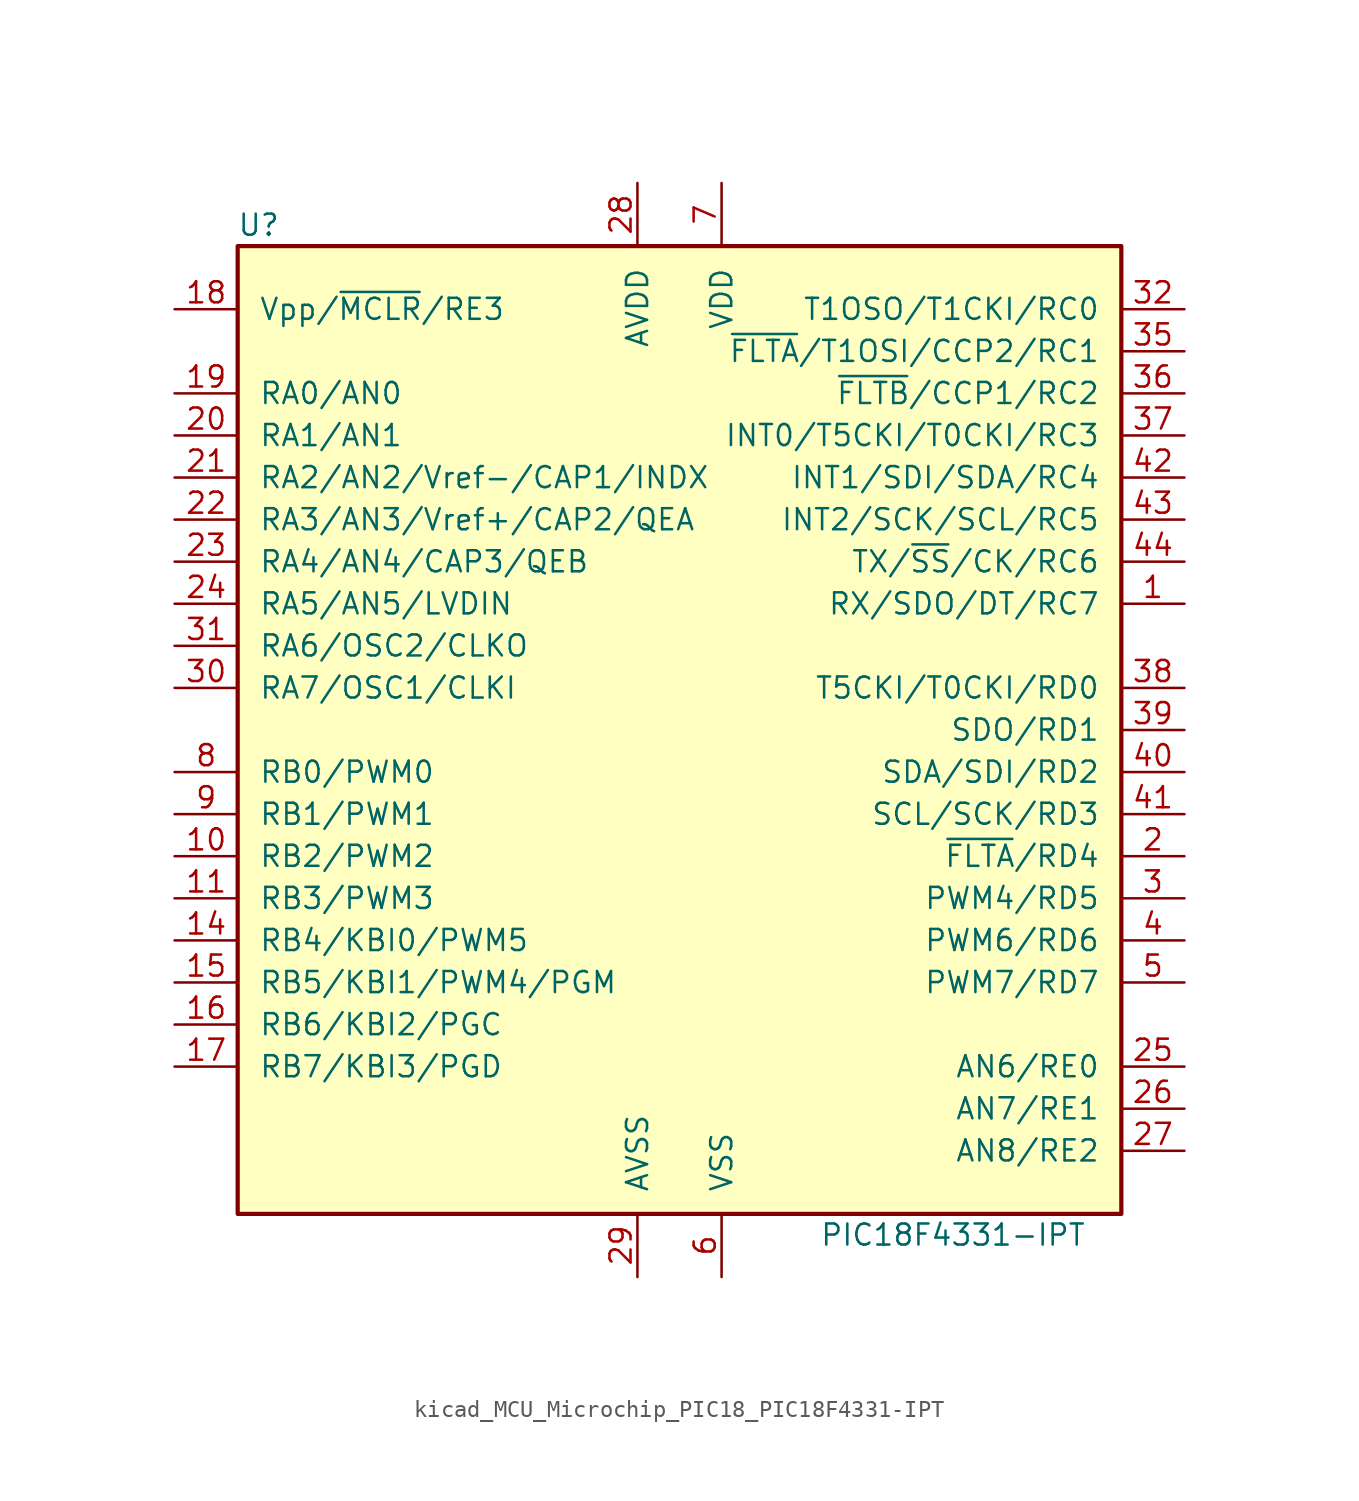
<source format=kicad_sym>
(kicad_symbol_lib
  (version 20220914)
  (generator kicad_symbol_editor)
  (symbol "kicad_MCU_Microchip_PIC18_PIC18F4331-IPT"
    (pin_names
      (offset 1.27))
    (property "Reference" "U"
      (at -25.4 30.48 0)
      (effects (font (size 1.27 1.27))))
    (property "Value" "PIC18F4331-IPT"
      (at 16.51 -30.48 0)
      (effects (font (size 1.27 1.27))))
    (symbol "kicad_MCU_Microchip_PIC18_PIC18F4331-IPT_0_1"
      (rectangle (start -26.67 29.21) (end 26.67 -29.21) (stroke (width 0.254) (type default)) (fill (type background))))
    (symbol "kicad_MCU_Microchip_PIC18_PIC18F4331-IPT_1_1"
      (pin bidirectional line (at 30.48 7.62 180) (length 3.81) (name "RX/SDO/DT/RC7" (effects (font (size 1.27 1.27)))) (number "1" (effects (font (size 1.27 1.27)))))
      (pin bidirectional line (at -30.48 -7.62 0) (length 3.81) (name "RB2/PWM2" (effects (font (size 1.27 1.27)))) (number "10" (effects (font (size 1.27 1.27)))))
      (pin bidirectional line (at -30.48 -10.16 0) (length 3.81) (name "RB3/PWM3" (effects (font (size 1.27 1.27)))) (number "11" (effects (font (size 1.27 1.27)))))
      (pin no_connect line (at -15.24 -29.21 90) (length 3.81) hide (name "NC" (effects (font (size 1.27 1.27)))) (number "12" (effects (font (size 1.27 1.27)))))
      (pin no_connect line (at -12.7 -29.21 90) (length 3.81) hide (name "NC" (effects (font (size 1.27 1.27)))) (number "13" (effects (font (size 1.27 1.27)))))
      (pin bidirectional line (at -30.48 -12.7 0) (length 3.81) (name "RB4/KBI0/PWM5" (effects (font (size 1.27 1.27)))) (number "14" (effects (font (size 1.27 1.27)))))
      (pin bidirectional line (at -30.48 -15.24 0) (length 3.81) (name "RB5/KBI1/PWM4/PGM" (effects (font (size 1.27 1.27)))) (number "15" (effects (font (size 1.27 1.27)))))
      (pin bidirectional line (at -30.48 -17.78 0) (length 3.81) (name "RB6/KBI2/PGC" (effects (font (size 1.27 1.27)))) (number "16" (effects (font (size 1.27 1.27)))))
      (pin bidirectional line (at -30.48 -20.32 0) (length 3.81) (name "RB7/KBI3/PGD" (effects (font (size 1.27 1.27)))) (number "17" (effects (font (size 1.27 1.27)))))
      (pin input line (at -30.48 25.4 0) (length 3.81) (name "Vpp/~{MCLR}/RE3" (effects (font (size 1.27 1.27)))) (number "18" (effects (font (size 1.27 1.27)))))
      (pin bidirectional line (at -30.48 20.32 0) (length 3.81) (name "RA0/AN0" (effects (font (size 1.27 1.27)))) (number "19" (effects (font (size 1.27 1.27)))))
      (pin bidirectional line (at 30.48 -7.62 180) (length 3.81) (name "~{FLTA}/RD4" (effects (font (size 1.27 1.27)))) (number "2" (effects (font (size 1.27 1.27)))))
      (pin bidirectional line (at -30.48 17.78 0) (length 3.81) (name "RA1/AN1" (effects (font (size 1.27 1.27)))) (number "20" (effects (font (size 1.27 1.27)))))
      (pin bidirectional line (at -30.48 15.24 0) (length 3.81) (name "RA2/AN2/Vref-/CAP1/INDX" (effects (font (size 1.27 1.27)))) (number "21" (effects (font (size 1.27 1.27)))))
      (pin bidirectional line (at -30.48 12.7 0) (length 3.81) (name "RA3/AN3/Vref+/CAP2/QEA" (effects (font (size 1.27 1.27)))) (number "22" (effects (font (size 1.27 1.27)))))
      (pin bidirectional line (at -30.48 10.16 0) (length 3.81) (name "RA4/AN4/CAP3/QEB" (effects (font (size 1.27 1.27)))) (number "23" (effects (font (size 1.27 1.27)))))
      (pin bidirectional line (at -30.48 7.62 0) (length 3.81) (name "RA5/AN5/LVDIN" (effects (font (size 1.27 1.27)))) (number "24" (effects (font (size 1.27 1.27)))))
      (pin bidirectional line (at 30.48 -20.32 180) (length 3.81) (name "AN6/RE0" (effects (font (size 1.27 1.27)))) (number "25" (effects (font (size 1.27 1.27)))))
      (pin bidirectional line (at 30.48 -22.86 180) (length 3.81) (name "AN7/RE1" (effects (font (size 1.27 1.27)))) (number "26" (effects (font (size 1.27 1.27)))))
      (pin bidirectional line (at 30.48 -25.4 180) (length 3.81) (name "AN8/RE2" (effects (font (size 1.27 1.27)))) (number "27" (effects (font (size 1.27 1.27)))))
      (pin power_in line (at -2.54 33.02 270) (length 3.81) (name "AVDD" (effects (font (size 1.27 1.27)))) (number "28" (effects (font (size 1.27 1.27)))))
      (pin power_in line (at -2.54 -33.02 90) (length 3.81) (name "AVSS" (effects (font (size 1.27 1.27)))) (number "29" (effects (font (size 1.27 1.27)))))
      (pin bidirectional line (at 30.48 -10.16 180) (length 3.81) (name "PWM4/RD5" (effects (font (size 1.27 1.27)))) (number "3" (effects (font (size 1.27 1.27)))))
      (pin bidirectional line (at -30.48 2.54 0) (length 3.81) (name "RA7/OSC1/CLKI" (effects (font (size 1.27 1.27)))) (number "30" (effects (font (size 1.27 1.27)))))
      (pin bidirectional line (at -30.48 5.08 0) (length 3.81) (name "RA6/OSC2/CLKO" (effects (font (size 1.27 1.27)))) (number "31" (effects (font (size 1.27 1.27)))))
      (pin bidirectional line (at 30.48 25.4 180) (length 3.81) (name "T1OSO/T1CKI/RC0" (effects (font (size 1.27 1.27)))) (number "32" (effects (font (size 1.27 1.27)))))
      (pin no_connect line (at -10.16 -29.21 90) (length 3.81) hide (name "NC" (effects (font (size 1.27 1.27)))) (number "33" (effects (font (size 1.27 1.27)))))
      (pin no_connect line (at -7.62 -29.21 90) (length 3.81) hide (name "NC" (effects (font (size 1.27 1.27)))) (number "34" (effects (font (size 1.27 1.27)))))
      (pin bidirectional line (at 30.48 22.86 180) (length 3.81) (name "~{FLTA}/T1OSI/CCP2/RC1" (effects (font (size 1.27 1.27)))) (number "35" (effects (font (size 1.27 1.27)))))
      (pin bidirectional line (at 30.48 20.32 180) (length 3.81) (name "~{FLTB}/CCP1/RC2" (effects (font (size 1.27 1.27)))) (number "36" (effects (font (size 1.27 1.27)))))
      (pin bidirectional line (at 30.48 17.78 180) (length 3.81) (name "INT0/T5CKI/T0CKI/RC3" (effects (font (size 1.27 1.27)))) (number "37" (effects (font (size 1.27 1.27)))))
      (pin bidirectional line (at 30.48 2.54 180) (length 3.81) (name "T5CKI/T0CKI/RD0" (effects (font (size 1.27 1.27)))) (number "38" (effects (font (size 1.27 1.27)))))
      (pin bidirectional line (at 30.48 0 180) (length 3.81) (name "SDO/RD1" (effects (font (size 1.27 1.27)))) (number "39" (effects (font (size 1.27 1.27)))))
      (pin bidirectional line (at 30.48 -12.7 180) (length 3.81) (name "PWM6/RD6" (effects (font (size 1.27 1.27)))) (number "4" (effects (font (size 1.27 1.27)))))
      (pin bidirectional line (at 30.48 -2.54 180) (length 3.81) (name "SDA/SDI/RD2" (effects (font (size 1.27 1.27)))) (number "40" (effects (font (size 1.27 1.27)))))
      (pin bidirectional line (at 30.48 -5.08 180) (length 3.81) (name "SCL/SCK/RD3" (effects (font (size 1.27 1.27)))) (number "41" (effects (font (size 1.27 1.27)))))
      (pin bidirectional line (at 30.48 15.24 180) (length 3.81) (name "INT1/SDI/SDA/RC4" (effects (font (size 1.27 1.27)))) (number "42" (effects (font (size 1.27 1.27)))))
      (pin bidirectional line (at 30.48 12.7 180) (length 3.81) (name "INT2/SCK/SCL/RC5" (effects (font (size 1.27 1.27)))) (number "43" (effects (font (size 1.27 1.27)))))
      (pin bidirectional line (at 30.48 10.16 180) (length 3.81) (name "TX/~{SS}/CK/RC6" (effects (font (size 1.27 1.27)))) (number "44" (effects (font (size 1.27 1.27)))))
      (pin bidirectional line (at 30.48 -15.24 180) (length 3.81) (name "PWM7/RD7" (effects (font (size 1.27 1.27)))) (number "5" (effects (font (size 1.27 1.27)))))
      (pin power_in line (at 2.54 -33.02 90) (length 3.81) (name "VSS" (effects (font (size 1.27 1.27)))) (number "6" (effects (font (size 1.27 1.27)))))
      (pin power_in line (at 2.54 33.02 270) (length 3.81) (name "VDD" (effects (font (size 1.27 1.27)))) (number "7" (effects (font (size 1.27 1.27)))))
      (pin bidirectional line (at -30.48 -2.54 0) (length 3.81) (name "RB0/PWM0" (effects (font (size 1.27 1.27)))) (number "8" (effects (font (size 1.27 1.27)))))
      (pin bidirectional line (at -30.48 -5.08 0) (length 3.81) (name "RB1/PWM1" (effects (font (size 1.27 1.27)))) (number "9" (effects (font (size 1.27 1.27))))))))
</source>
